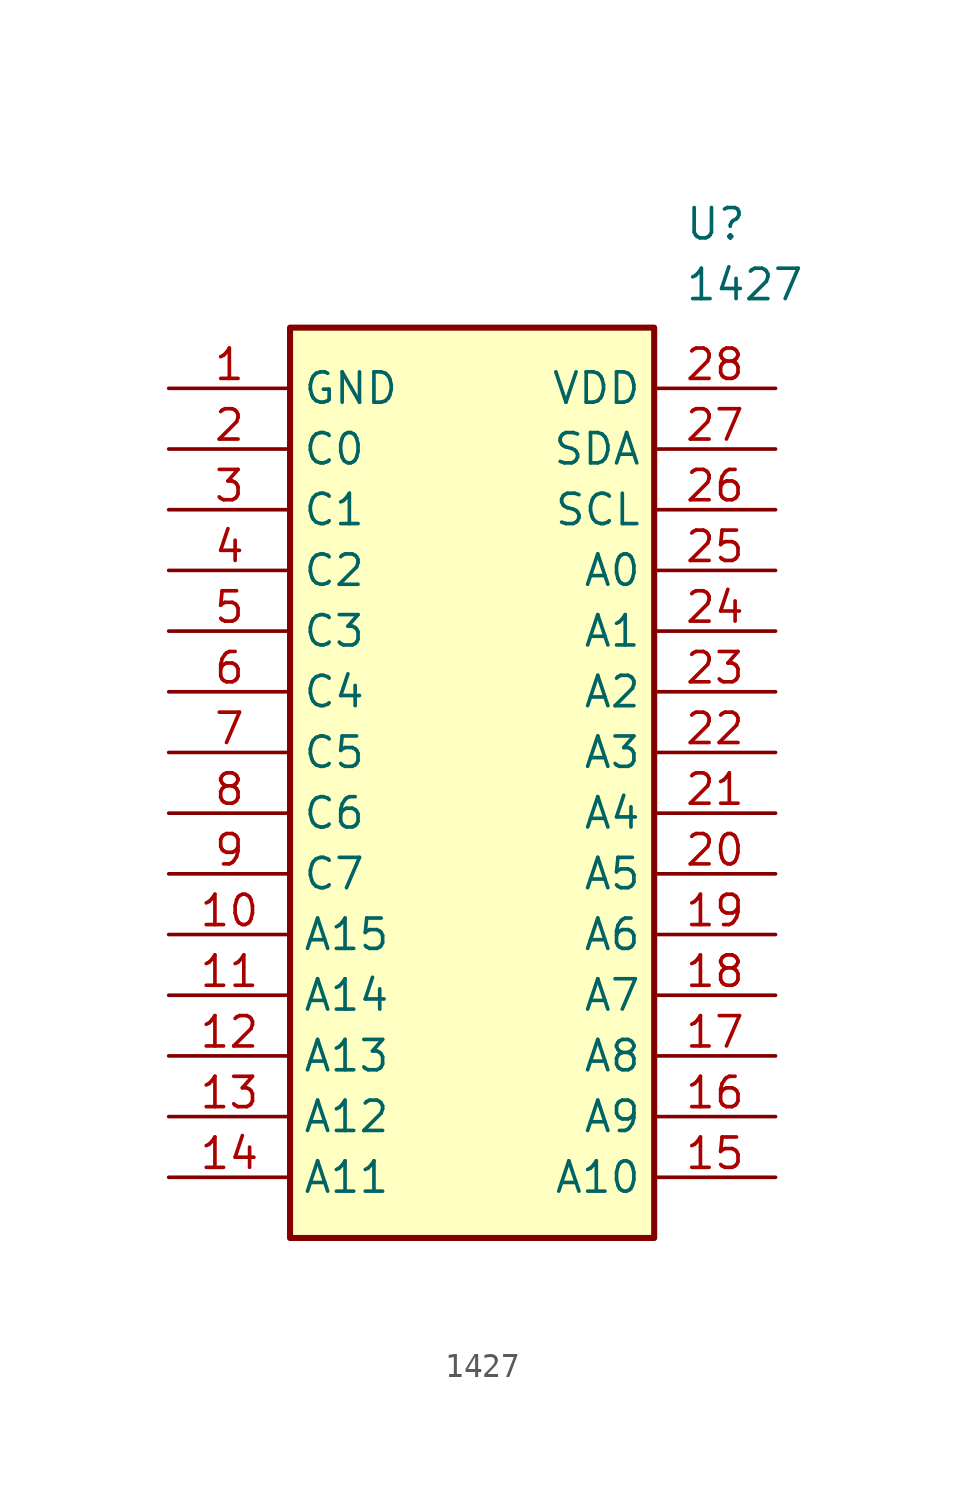
<source format=kicad_sym>
(kicad_symbol_lib
  (version 20211014)
  (generator SamacSys_ECAD_Model)
  (symbol "1427"
    (property "Reference" "U"
      (at 21.59 7.62 0)
      (effects (font (size 1.27 1.27)) (justify left top)))
    (property "Value" "1427"
      (at 21.59 5.08 0)
      (effects (font (size 1.27 1.27)) (justify left top)))
    (rectangle
      (start 5.08 2.54)
      (end 20.32 -35.56)
      (stroke (width 0.254) (type default))
      (fill (type background)))
    (pin power_in line
      (at 0 0 0)
      (length 5.08)
      (name "GND" (effects (font (size 1.27 1.27))))
      (number "1" (effects (font (size 1.27 1.27)))))
    (pin passive line
      (at 0 -2.54 0)
      (length 5.08)
      (name "C0" (effects (font (size 1.27 1.27))))
      (number "2" (effects (font (size 1.27 1.27)))))
    (pin passive line
      (at 0 -5.08 0)
      (length 5.08)
      (name "C1" (effects (font (size 1.27 1.27))))
      (number "3" (effects (font (size 1.27 1.27)))))
    (pin passive line
      (at 0 -7.62 0)
      (length 5.08)
      (name "C2" (effects (font (size 1.27 1.27))))
      (number "4" (effects (font (size 1.27 1.27)))))
    (pin passive line
      (at 0 -10.16 0)
      (length 5.08)
      (name "C3" (effects (font (size 1.27 1.27))))
      (number "5" (effects (font (size 1.27 1.27)))))
    (pin passive line
      (at 0 -12.7 0)
      (length 5.08)
      (name "C4" (effects (font (size 1.27 1.27))))
      (number "6" (effects (font (size 1.27 1.27)))))
    (pin passive line
      (at 0 -15.24 0)
      (length 5.08)
      (name "C5" (effects (font (size 1.27 1.27))))
      (number "7" (effects (font (size 1.27 1.27)))))
    (pin passive line
      (at 0 -17.78 0)
      (length 5.08)
      (name "C6" (effects (font (size 1.27 1.27))))
      (number "8" (effects (font (size 1.27 1.27)))))
    (pin passive line
      (at 0 -20.32 0)
      (length 5.08)
      (name "C7" (effects (font (size 1.27 1.27))))
      (number "9" (effects (font (size 1.27 1.27)))))
    (pin passive line
      (at 0 -22.86 0)
      (length 5.08)
      (name "A15" (effects (font (size 1.27 1.27))))
      (number "10" (effects (font (size 1.27 1.27)))))
    (pin passive line
      (at 0 -25.4 0)
      (length 5.08)
      (name "A14" (effects (font (size 1.27 1.27))))
      (number "11" (effects (font (size 1.27 1.27)))))
    (pin passive line
      (at 0 -27.94 0)
      (length 5.08)
      (name "A13" (effects (font (size 1.27 1.27))))
      (number "12" (effects (font (size 1.27 1.27)))))
    (pin passive line
      (at 0 -30.48 0)
      (length 5.08)
      (name "A12" (effects (font (size 1.27 1.27))))
      (number "13" (effects (font (size 1.27 1.27)))))
    (pin passive line
      (at 0 -33.02 0)
      (length 5.08)
      (name "A11" (effects (font (size 1.27 1.27))))
      (number "14" (effects (font (size 1.27 1.27)))))
    (pin passive line
      (at 25.4 0 180)
      (length 5.08)
      (name "VDD" (effects (font (size 1.27 1.27))))
      (number "28" (effects (font (size 1.27 1.27)))))
    (pin passive line
      (at 25.4 -2.54 180)
      (length 5.08)
      (name "SDA" (effects (font (size 1.27 1.27))))
      (number "27" (effects (font (size 1.27 1.27)))))
    (pin passive line
      (at 25.4 -5.08 180)
      (length 5.08)
      (name "SCL" (effects (font (size 1.27 1.27))))
      (number "26" (effects (font (size 1.27 1.27)))))
    (pin passive line
      (at 25.4 -7.62 180)
      (length 5.08)
      (name "A0" (effects (font (size 1.27 1.27))))
      (number "25" (effects (font (size 1.27 1.27)))))
    (pin passive line
      (at 25.4 -10.16 180)
      (length 5.08)
      (name "A1" (effects (font (size 1.27 1.27))))
      (number "24" (effects (font (size 1.27 1.27)))))
    (pin passive line
      (at 25.4 -12.7 180)
      (length 5.08)
      (name "A2" (effects (font (size 1.27 1.27))))
      (number "23" (effects (font (size 1.27 1.27)))))
    (pin passive line
      (at 25.4 -15.24 180)
      (length 5.08)
      (name "A3" (effects (font (size 1.27 1.27))))
      (number "22" (effects (font (size 1.27 1.27)))))
    (pin passive line
      (at 25.4 -17.78 180)
      (length 5.08)
      (name "A4" (effects (font (size 1.27 1.27))))
      (number "21" (effects (font (size 1.27 1.27)))))
    (pin passive line
      (at 25.4 -20.32 180)
      (length 5.08)
      (name "A5" (effects (font (size 1.27 1.27))))
      (number "20" (effects (font (size 1.27 1.27)))))
    (pin passive line
      (at 25.4 -22.86 180)
      (length 5.08)
      (name "A6" (effects (font (size 1.27 1.27))))
      (number "19" (effects (font (size 1.27 1.27)))))
    (pin passive line
      (at 25.4 -25.4 180)
      (length 5.08)
      (name "A7" (effects (font (size 1.27 1.27))))
      (number "18" (effects (font (size 1.27 1.27)))))
    (pin passive line
      (at 25.4 -27.94 180)
      (length 5.08)
      (name "A8" (effects (font (size 1.27 1.27))))
      (number "17" (effects (font (size 1.27 1.27)))))
    (pin passive line
      (at 25.4 -30.48 180)
      (length 5.08)
      (name "A9" (effects (font (size 1.27 1.27))))
      (number "16" (effects (font (size 1.27 1.27)))))
    (pin passive line
      (at 25.4 -33.02 180)
      (length 5.08)
      (name "A10" (effects (font (size 1.27 1.27))))
      (number "15" (effects (font (size 1.27 1.27)))))))
</source>
